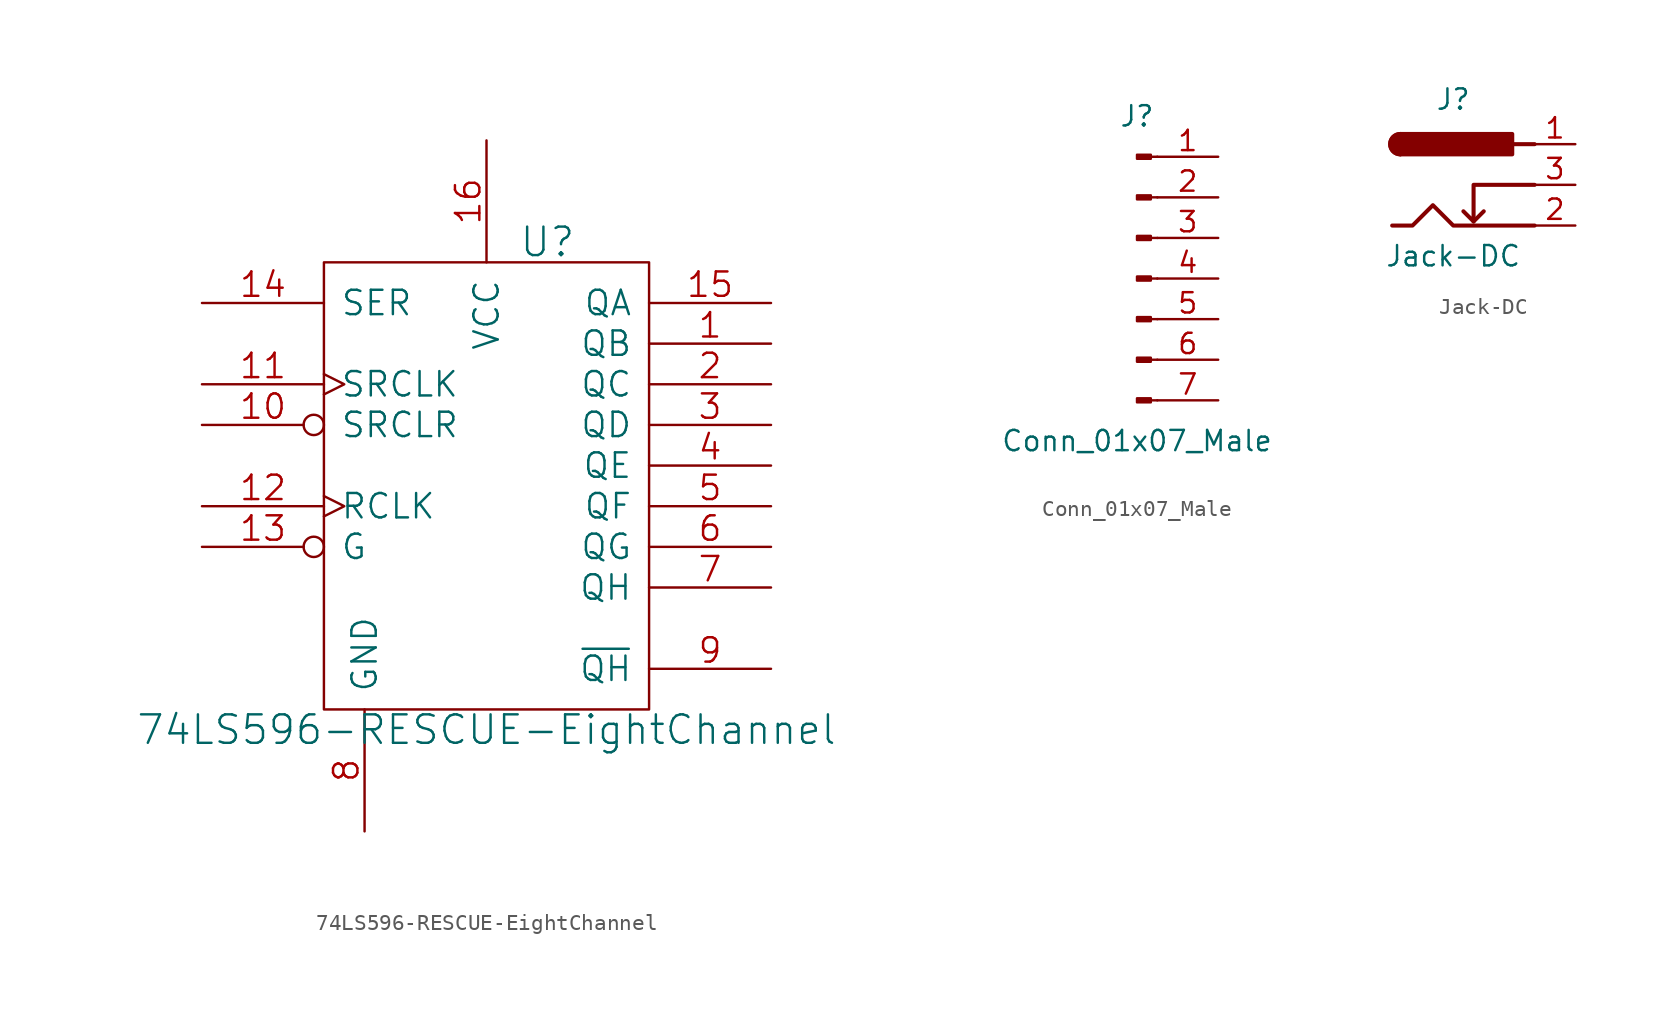
<source format=kicad_sym>
(kicad_symbol_lib
  (version 20211014)
  (generator kicad_symbol_editor)
  (symbol "74LS596-RESCUE-EightChannel"
    (pin_names
      (offset 1.016))
    (property "Reference" "U"
      (at 3.81 15.24 0)
      (effects (font (size 1.778 1.778))))
    (property "Value" "74LS596-RESCUE-EightChannel"
      (at 0 -15.24 0)
      (effects (font (size 1.778 1.778))))
    (property "Footprint" ""
      (at 0 0 0)
      (effects (font (size 1.524 1.524))))
    (property "Datasheet" ""
      (at 0 0 0)
      (effects (font (size 1.524 1.524))))
    (symbol "74LS596-RESCUE-EightChannel_0_1"
      (rectangle (start -10.16 -13.97) (end 10.16 13.97) (stroke (width 0) (type default) (color 0 0 0 0)) (fill (type none))))
    (symbol "74LS596-RESCUE-EightChannel_1_1"
      (pin tri_state line (at 17.78 8.89 180) (length 7.62) (name "QB" (effects (font (size 1.524 1.524)))) (number "1" (effects (font (size 1.524 1.524)))))
      (pin input inverted (at -17.78 3.81 0) (length 7.62) (name "SRCLR" (effects (font (size 1.524 1.524)))) (number "10" (effects (font (size 1.524 1.524)))))
      (pin input clock (at -17.78 6.35 0) (length 7.62) (name "SRCLK" (effects (font (size 1.524 1.524)))) (number "11" (effects (font (size 1.524 1.524)))))
      (pin input clock (at -17.78 -1.27 0) (length 7.62) (name "RCLK" (effects (font (size 1.524 1.524)))) (number "12" (effects (font (size 1.524 1.524)))))
      (pin input inverted (at -17.78 -3.81 0) (length 7.62) (name "G" (effects (font (size 1.524 1.524)))) (number "13" (effects (font (size 1.524 1.524)))))
      (pin input line (at -17.78 11.43 0) (length 7.62) (name "SER" (effects (font (size 1.524 1.524)))) (number "14" (effects (font (size 1.524 1.524)))))
      (pin tri_state line (at 17.78 11.43 180) (length 7.62) (name "QA" (effects (font (size 1.524 1.524)))) (number "15" (effects (font (size 1.524 1.524)))))
      (pin power_in line (at 0 21.59 270) (length 7.62) (name "VCC" (effects (font (size 1.524 1.524)))) (number "16" (effects (font (size 1.524 1.524)))))
      (pin tri_state line (at 17.78 6.35 180) (length 7.62) (name "QC" (effects (font (size 1.524 1.524)))) (number "2" (effects (font (size 1.524 1.524)))))
      (pin tri_state line (at 17.78 3.81 180) (length 7.62) (name "QD" (effects (font (size 1.524 1.524)))) (number "3" (effects (font (size 1.524 1.524)))))
      (pin tri_state line (at 17.78 1.27 180) (length 7.62) (name "QE" (effects (font (size 1.524 1.524)))) (number "4" (effects (font (size 1.524 1.524)))))
      (pin tri_state line (at 17.78 -1.27 180) (length 7.62) (name "QF" (effects (font (size 1.524 1.524)))) (number "5" (effects (font (size 1.524 1.524)))))
      (pin tri_state line (at 17.78 -3.81 180) (length 7.62) (name "QG" (effects (font (size 1.524 1.524)))) (number "6" (effects (font (size 1.524 1.524)))))
      (pin tri_state line (at 17.78 -6.35 180) (length 7.62) (name "QH" (effects (font (size 1.524 1.524)))) (number "7" (effects (font (size 1.524 1.524)))))
      (pin power_in line (at -7.62 -21.59 90) (length 7.62) (name "GND" (effects (font (size 1.524 1.524)))) (number "8" (effects (font (size 1.524 1.524)))))
      (pin output line (at 17.78 -11.43 180) (length 7.62) (name "~{QH}" (effects (font (size 1.524 1.524)))) (number "9" (effects (font (size 1.524 1.524)))))))
  (symbol "Conn_01x07_Male"
    (pin_names
      (offset 1.016) hide)
    (property "Reference" "J"
      (at 0 10.16 0)
      (effects (font (size 1.27 1.27))))
    (property "Value" "Conn_01x07_Male"
      (at 0 -10.16 0)
      (effects (font (size 1.27 1.27))))
    (symbol "Conn_01x07_Male_1_1"
      (polyline (pts (xy 1.27 -7.62) (xy 0.864 -7.62)) (stroke (width 0.152) (type default) (color 0 0 0 0)) (fill (type none)))
      (polyline (pts (xy 1.27 -5.08) (xy 0.864 -5.08)) (stroke (width 0.152) (type default) (color 0 0 0 0)) (fill (type none)))
      (polyline (pts (xy 1.27 -2.54) (xy 0.864 -2.54)) (stroke (width 0.152) (type default) (color 0 0 0 0)) (fill (type none)))
      (polyline (pts (xy 1.27 0) (xy 0.864 0)) (stroke (width 0.152) (type default) (color 0 0 0 0)) (fill (type none)))
      (polyline (pts (xy 1.27 2.54) (xy 0.864 2.54)) (stroke (width 0.152) (type default) (color 0 0 0 0)) (fill (type none)))
      (polyline (pts (xy 1.27 5.08) (xy 0.864 5.08)) (stroke (width 0.152) (type default) (color 0 0 0 0)) (fill (type none)))
      (polyline (pts (xy 1.27 7.62) (xy 0.864 7.62)) (stroke (width 0.152) (type default) (color 0 0 0 0)) (fill (type none)))
      (rectangle (start 0.864 -7.493) (end 0 -7.747) (stroke (width 0.152) (type default) (color 0 0 0 0)) (fill (type outline)))
      (rectangle (start 0.864 -4.953) (end 0 -5.207) (stroke (width 0.152) (type default) (color 0 0 0 0)) (fill (type outline)))
      (rectangle (start 0.864 -2.413) (end 0 -2.667) (stroke (width 0.152) (type default) (color 0 0 0 0)) (fill (type outline)))
      (rectangle (start 0.864 0.127) (end 0 -0.127) (stroke (width 0.152) (type default) (color 0 0 0 0)) (fill (type outline)))
      (rectangle (start 0.864 2.667) (end 0 2.413) (stroke (width 0.152) (type default) (color 0 0 0 0)) (fill (type outline)))
      (rectangle (start 0.864 5.207) (end 0 4.953) (stroke (width 0.152) (type default) (color 0 0 0 0)) (fill (type outline)))
      (rectangle (start 0.864 7.747) (end 0 7.493) (stroke (width 0.152) (type default) (color 0 0 0 0)) (fill (type outline)))
      (pin passive line (at 5.08 7.62 180) (length 3.81) (name "Pin_1" (effects (font (size 1.27 1.27)))) (number "1" (effects (font (size 1.27 1.27)))))
      (pin passive line (at 5.08 5.08 180) (length 3.81) (name "Pin_2" (effects (font (size 1.27 1.27)))) (number "2" (effects (font (size 1.27 1.27)))))
      (pin passive line (at 5.08 2.54 180) (length 3.81) (name "Pin_3" (effects (font (size 1.27 1.27)))) (number "3" (effects (font (size 1.27 1.27)))))
      (pin passive line (at 5.08 0 180) (length 3.81) (name "Pin_4" (effects (font (size 1.27 1.27)))) (number "4" (effects (font (size 1.27 1.27)))))
      (pin passive line (at 5.08 -2.54 180) (length 3.81) (name "Pin_5" (effects (font (size 1.27 1.27)))) (number "5" (effects (font (size 1.27 1.27)))))
      (pin passive line (at 5.08 -5.08 180) (length 3.81) (name "Pin_6" (effects (font (size 1.27 1.27)))) (number "6" (effects (font (size 1.27 1.27)))))
      (pin passive line (at 5.08 -7.62 180) (length 3.81) (name "Pin_7" (effects (font (size 1.27 1.27)))) (number "7" (effects (font (size 1.27 1.27)))))))
  (symbol "Jack-DC"
    (pin_names
      (offset 1.016))
    (property "Reference" "J"
      (at 0 5.334 0)
      (effects (font (size 1.27 1.27))))
    (property "Value" "Jack-DC"
      (at 0 -4.445 0)
      (effects (font (size 1.27 1.27))))
    (symbol "Jack-DC_0_1"
      (arc (start -3.302 3.175) (mid -3.937 2.54) (end -3.302 1.905) (stroke (width 0.254) (type default) (color 0 0 0 0)) (fill (type none)))
      (arc (start -3.302 3.175) (mid -3.937 2.54) (end -3.302 1.905) (stroke (width 0.254) (type default) (color 0 0 0 0)) (fill (type outline)))
      (polyline (pts (xy 1.27 -2.286) (xy 1.905 -1.651)) (stroke (width 0.254) (type default) (color 0 0 0 0)) (fill (type none)))
      (polyline (pts (xy 5.08 2.54) (xy 3.81 2.54)) (stroke (width 0.254) (type default) (color 0 0 0 0)) (fill (type none)))
      (polyline (pts (xy 5.08 0) (xy 1.27 0) (xy 1.27 -2.286) (xy 0.635 -1.651)) (stroke (width 0.254) (type default) (color 0 0 0 0)) (fill (type none)))
      (polyline (pts (xy -3.81 -2.54) (xy -2.54 -2.54) (xy -1.27 -1.27) (xy 0 -2.54) (xy 2.54 -2.54) (xy 5.08 -2.54)) (stroke (width 0.254) (type default) (color 0 0 0 0)) (fill (type none)))
      (rectangle (start 3.683 3.175) (end -3.302 1.905) (stroke (width 0.254) (type default) (color 0 0 0 0)) (fill (type outline))))
    (symbol "Jack-DC_1_1"
      (pin passive line (at 7.62 2.54 180) (length 2.54) (name "~" (effects (font (size 1.27 1.27)))) (number "1" (effects (font (size 1.27 1.27)))))
      (pin passive line (at 7.62 -2.54 180) (length 2.54) (name "~" (effects (font (size 1.27 1.27)))) (number "2" (effects (font (size 1.27 1.27)))))
      (pin passive line (at 7.62 0 180) (length 2.54) (name "~" (effects (font (size 1.27 1.27)))) (number "3" (effects (font (size 1.27 1.27))))))))
</source>
